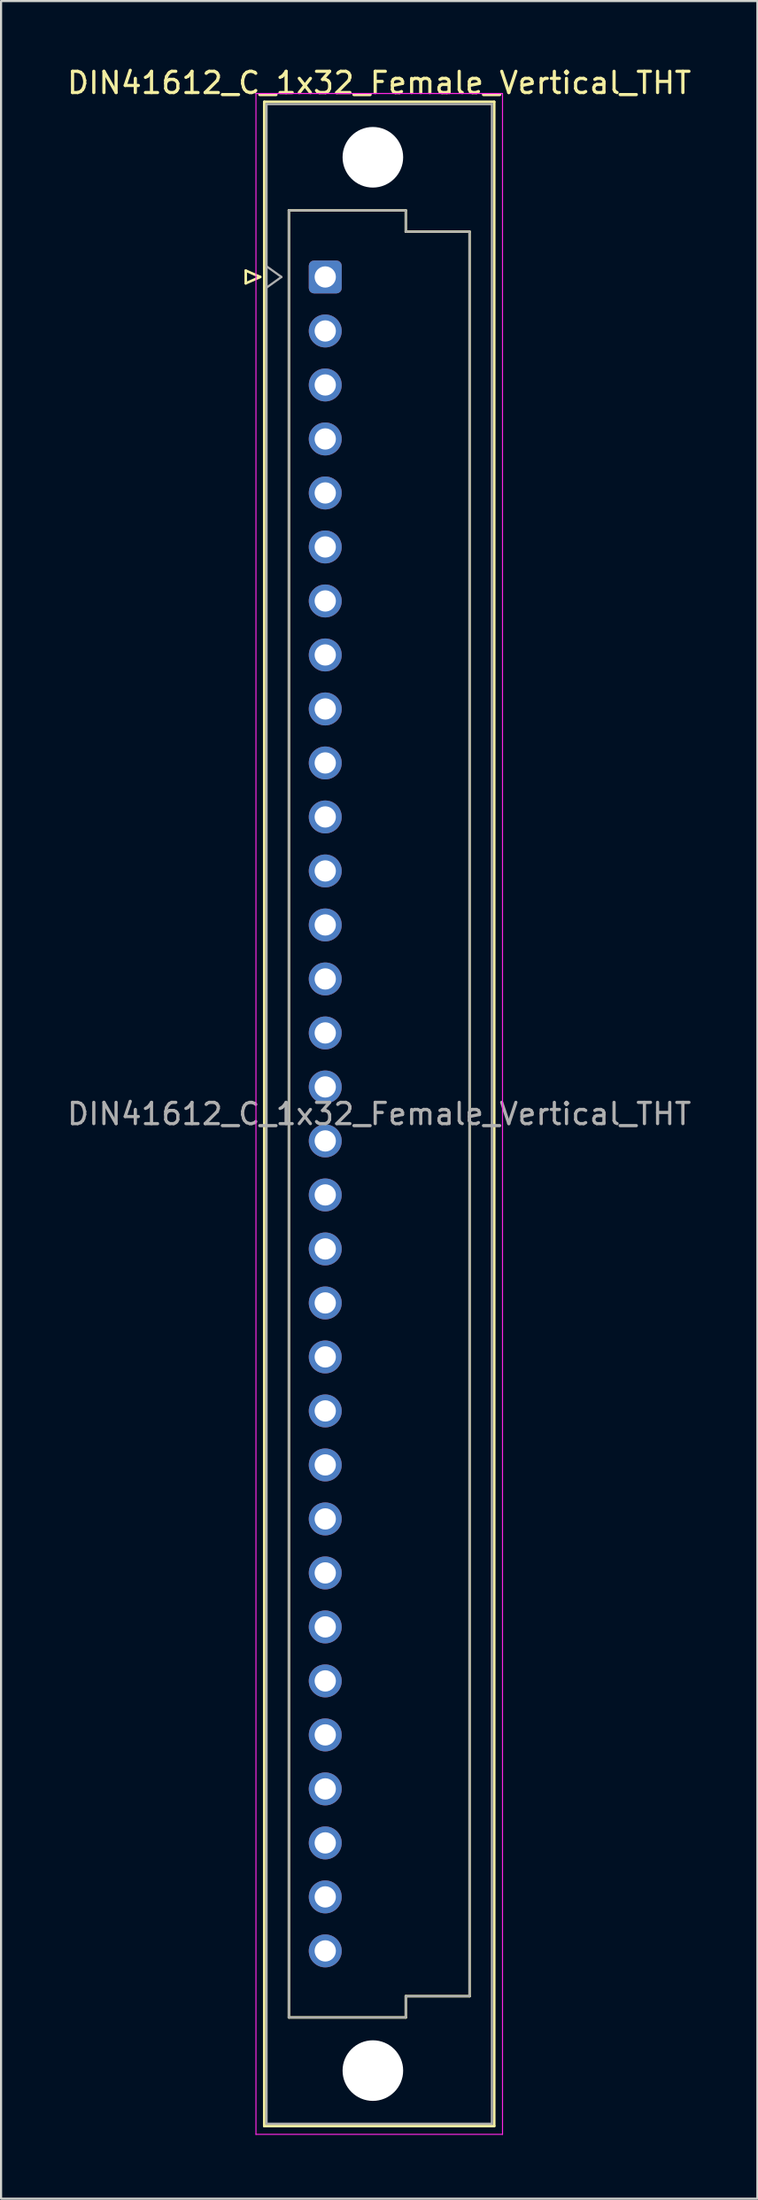
<source format=kicad_pcb>
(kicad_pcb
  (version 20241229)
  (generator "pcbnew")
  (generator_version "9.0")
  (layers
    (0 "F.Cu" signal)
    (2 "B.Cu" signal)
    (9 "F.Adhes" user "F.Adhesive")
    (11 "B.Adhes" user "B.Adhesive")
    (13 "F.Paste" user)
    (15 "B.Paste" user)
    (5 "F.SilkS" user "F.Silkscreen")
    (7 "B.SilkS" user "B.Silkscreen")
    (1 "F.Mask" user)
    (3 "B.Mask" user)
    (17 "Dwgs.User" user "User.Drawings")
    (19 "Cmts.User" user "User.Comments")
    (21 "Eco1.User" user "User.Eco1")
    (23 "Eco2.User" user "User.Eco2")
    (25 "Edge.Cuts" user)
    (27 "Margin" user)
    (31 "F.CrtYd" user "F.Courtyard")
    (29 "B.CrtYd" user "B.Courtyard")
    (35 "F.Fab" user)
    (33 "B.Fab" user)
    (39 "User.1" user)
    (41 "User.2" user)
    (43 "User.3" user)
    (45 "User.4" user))
  (footprint "DIN41612_C_1x32_Female_Vertical_THT"
    (layer "F.Cu")
    (at 12.252 9.978)
    (property "Reference" "DIN41612_C_1x32_Female_Vertical_THT" (at 2.54 -9.13 0) (layer "F.SilkS") (effects (font (size 1 1) (thickness 0.15))))
    (attr through_hole)
    (fp_line (start -3.74 -0.3) (end -3.74 0.3) (stroke (width 0.12) (type solid)) (layer "F.SilkS"))
    (fp_line (start -3.74 0.3) (end -3.06 0) (stroke (width 0.12) (type solid)) (layer "F.SilkS"))
    (fp_line (start -3.06 0) (end -3.74 -0.3) (stroke (width 0.12) (type solid)) (layer "F.SilkS"))
    (fp_line (start -2.87 -8.24) (end 7.95 -8.24) (stroke (width 0.12) (type solid)) (layer "F.SilkS"))
    (fp_line (start -2.87 86.98) (end -2.87 -8.24) (stroke (width 0.12) (type solid)) (layer "F.SilkS"))
    (fp_line (start -1.71 -3.131) (end 3.79 -3.131) (stroke (width 0.12) (type solid)) (layer "F.SilkS"))
    (fp_line (start -1.71 81.87) (end -1.71 -3.131) (stroke (width 0.12) (type solid)) (layer "F.SilkS"))
    (fp_line (start 3.79 -3.131) (end 3.79 -2.131) (stroke (width 0.12) (type solid)) (layer "F.SilkS"))
    (fp_line (start 3.79 -2.131) (end 6.79 -2.131) (stroke (width 0.12) (type solid)) (layer "F.SilkS"))
    (fp_line (start 3.79 80.87) (end 3.79 81.87) (stroke (width 0.12) (type solid)) (layer "F.SilkS"))
    (fp_line (start 3.79 81.87) (end -1.71 81.87) (stroke (width 0.12) (type solid)) (layer "F.SilkS"))
    (fp_line (start 6.79 -2.131) (end 6.79 80.87) (stroke (width 0.12) (type solid)) (layer "F.SilkS"))
    (fp_line (start 6.79 80.87) (end 3.79 80.87) (stroke (width 0.12) (type solid)) (layer "F.SilkS"))
    (fp_line (start 7.95 -8.24) (end 7.95 86.98) (stroke (width 0.12) (type solid)) (layer "F.SilkS"))
    (fp_line (start 7.95 86.98) (end -2.87 86.98) (stroke (width 0.12) (type solid)) (layer "F.SilkS"))
    (fp_line (start -3.26 -8.63) (end 8.34 -8.63) (stroke (width 0.05) (type solid)) (layer "F.CrtYd"))
    (fp_line (start -3.26 87.37) (end -3.26 -8.63) (stroke (width 0.05) (type solid)) (layer "F.CrtYd"))
    (fp_line (start 8.34 -8.63) (end 8.34 87.37) (stroke (width 0.05) (type solid)) (layer "F.CrtYd"))
    (fp_line (start 8.34 87.37) (end -3.26 87.37) (stroke (width 0.05) (type solid)) (layer "F.CrtYd"))
    (fp_line (start -2.76 -8.13) (end 7.84 -8.13) (stroke (width 0.1) (type solid)) (layer "F.Fab"))
    (fp_line (start -2.76 -0.5) (end -2.06 0) (stroke (width 0.1) (type solid)) (layer "F.Fab"))
    (fp_line (start -2.76 86.87) (end -2.76 -8.13) (stroke (width 0.1) (type solid)) (layer "F.Fab"))
    (fp_line (start -2.06 0) (end -2.76 0.5) (stroke (width 0.1) (type solid)) (layer "F.Fab"))
    (fp_line (start -1.71 -3.13) (end 3.79 -3.13) (stroke (width 0.1) (type solid)) (layer "F.Fab"))
    (fp_line (start -1.71 81.87) (end -1.71 -3.13) (stroke (width 0.1) (type solid)) (layer "F.Fab"))
    (fp_line (start 3.79 -3.13) (end 3.79 -2.13) (stroke (width 0.1) (type solid)) (layer "F.Fab"))
    (fp_line (start 3.79 -2.13) (end 6.79 -2.13) (stroke (width 0.1) (type solid)) (layer "F.Fab"))
    (fp_line (start 3.79 80.87) (end 3.79 81.87) (stroke (width 0.1) (type solid)) (layer "F.Fab"))
    (fp_line (start 3.79 81.87) (end -1.71 81.87) (stroke (width 0.1) (type solid)) (layer "F.Fab"))
    (fp_line (start 6.79 -2.13) (end 6.79 80.87) (stroke (width 0.1) (type solid)) (layer "F.Fab"))
    (fp_line (start 6.79 80.87) (end 3.79 80.87) (stroke (width 0.1) (type solid)) (layer "F.Fab"))
    (fp_line (start 7.84 -8.13) (end 7.84 86.87) (stroke (width 0.1) (type solid)) (layer "F.Fab"))
    (fp_line (start 7.84 86.87) (end -2.76 86.87) (stroke (width 0.1) (type solid)) (layer "F.Fab"))
    (fp_text user "${REFERENCE}" (at 2.54 39.37 0) (layer "F.Fab") (effects (font (size 1 1) (thickness 0.15))))
    (pad "" np_thru_hole circle (at 2.24 -5.63) (size 2.85 2.85) (drill 2.85) (layers "*.Cu" "*.Mask"))
    (pad "" np_thru_hole circle (at 2.24 84.37) (size 2.85 2.85) (drill 2.85) (layers "*.Cu" "*.Mask"))
    (pad "a1" thru_hole roundrect (at 0 0) (size 1.55 1.55) (drill 1) (layers "*.Cu" "*.Mask") (roundrect_rratio 0.161))
    (pad "a2" thru_hole circle (at 0 2.54) (size 1.55 1.55) (drill 1) (layers "*.Cu" "*.Mask"))
    (pad "a3" thru_hole circle (at 0 5.08) (size 1.55 1.55) (drill 1) (layers "*.Cu" "*.Mask"))
    (pad "a4" thru_hole circle (at 0 7.62) (size 1.55 1.55) (drill 1) (layers "*.Cu" "*.Mask"))
    (pad "a5" thru_hole circle (at 0 10.16) (size 1.55 1.55) (drill 1) (layers "*.Cu" "*.Mask"))
    (pad "a6" thru_hole circle (at 0 12.7) (size 1.55 1.55) (drill 1) (layers "*.Cu" "*.Mask"))
    (pad "a7" thru_hole circle (at 0 15.24) (size 1.55 1.55) (drill 1) (layers "*.Cu" "*.Mask"))
    (pad "a8" thru_hole circle (at 0 17.78) (size 1.55 1.55) (drill 1) (layers "*.Cu" "*.Mask"))
    (pad "a9" thru_hole circle (at 0 20.32) (size 1.55 1.55) (drill 1) (layers "*.Cu" "*.Mask"))
    (pad "a10" thru_hole circle (at 0 22.86) (size 1.55 1.55) (drill 1) (layers "*.Cu" "*.Mask"))
    (pad "a11" thru_hole circle (at 0 25.4) (size 1.55 1.55) (drill 1) (layers "*.Cu" "*.Mask"))
    (pad "a12" thru_hole circle (at 0 27.94) (size 1.55 1.55) (drill 1) (layers "*.Cu" "*.Mask"))
    (pad "a13" thru_hole circle (at 0 30.48) (size 1.55 1.55) (drill 1) (layers "*.Cu" "*.Mask"))
    (pad "a14" thru_hole circle (at 0 33.02) (size 1.55 1.55) (drill 1) (layers "*.Cu" "*.Mask"))
    (pad "a15" thru_hole circle (at 0 35.56) (size 1.55 1.55) (drill 1) (layers "*.Cu" "*.Mask"))
    (pad "a16" thru_hole circle (at 0 38.1) (size 1.55 1.55) (drill 1) (layers "*.Cu" "*.Mask"))
    (pad "a17" thru_hole circle (at 0 40.64) (size 1.55 1.55) (drill 1) (layers "*.Cu" "*.Mask"))
    (pad "a18" thru_hole circle (at 0 43.18) (size 1.55 1.55) (drill 1) (layers "*.Cu" "*.Mask"))
    (pad "a19" thru_hole circle (at 0 45.72) (size 1.55 1.55) (drill 1) (layers "*.Cu" "*.Mask"))
    (pad "a20" thru_hole circle (at 0 48.26) (size 1.55 1.55) (drill 1) (layers "*.Cu" "*.Mask"))
    (pad "a21" thru_hole circle (at 0 50.8) (size 1.55 1.55) (drill 1) (layers "*.Cu" "*.Mask"))
    (pad "a22" thru_hole circle (at 0 53.34) (size 1.55 1.55) (drill 1) (layers "*.Cu" "*.Mask"))
    (pad "a23" thru_hole circle (at 0 55.88) (size 1.55 1.55) (drill 1) (layers "*.Cu" "*.Mask"))
    (pad "a24" thru_hole circle (at 0 58.42) (size 1.55 1.55) (drill 1) (layers "*.Cu" "*.Mask"))
    (pad "a25" thru_hole circle (at 0 60.96) (size 1.55 1.55) (drill 1) (layers "*.Cu" "*.Mask"))
    (pad "a26" thru_hole circle (at 0 63.5) (size 1.55 1.55) (drill 1) (layers "*.Cu" "*.Mask"))
    (pad "a27" thru_hole circle (at 0 66.04) (size 1.55 1.55) (drill 1) (layers "*.Cu" "*.Mask"))
    (pad "a28" thru_hole circle (at 0 68.58) (size 1.55 1.55) (drill 1) (layers "*.Cu" "*.Mask"))
    (pad "a29" thru_hole circle (at 0 71.12) (size 1.55 1.55) (drill 1) (layers "*.Cu" "*.Mask"))
    (pad "a30" thru_hole circle (at 0 73.66) (size 1.55 1.55) (drill 1) (layers "*.Cu" "*.Mask"))
    (pad "a31" thru_hole circle (at 0 76.2) (size 1.55 1.55) (drill 1) (layers "*.Cu" "*.Mask"))
    (pad "a32" thru_hole circle (at 0 78.74) (size 1.55 1.55) (drill 1) (layers "*.Cu" "*.Mask")))
  (gr_rect
    (start -3 -3)
    (end 32.583 100.373)
    (stroke (width 0.1) (type default))
    (fill no)
    (layer "Edge.Cuts")))
</source>
